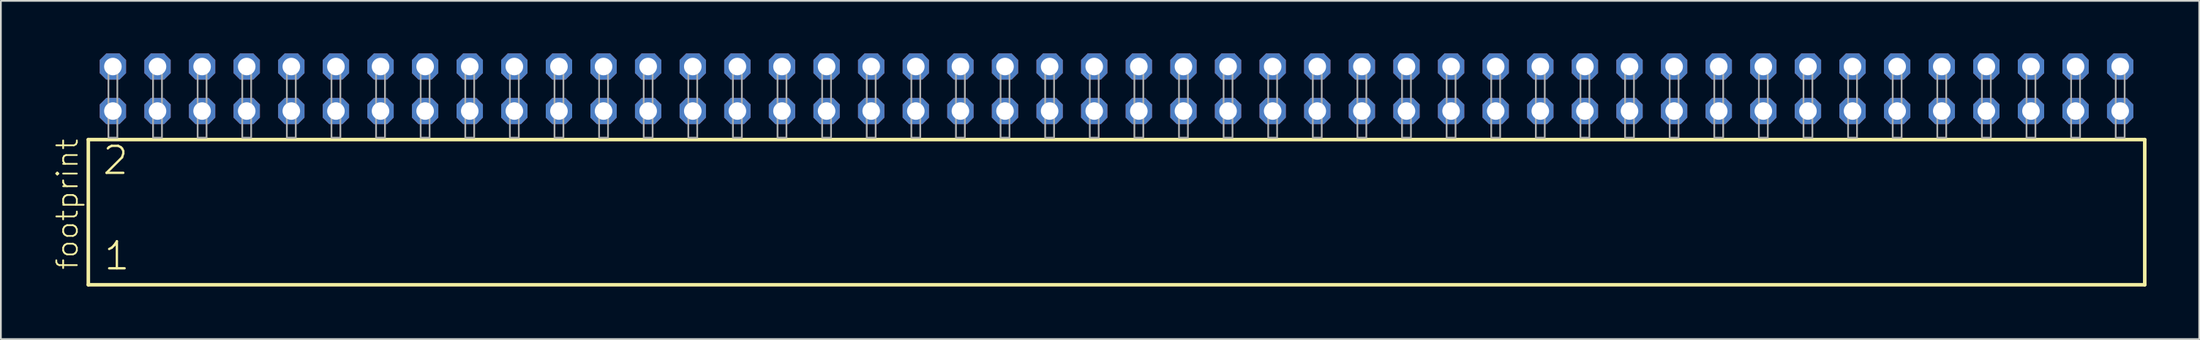
<source format=kicad_pcb>
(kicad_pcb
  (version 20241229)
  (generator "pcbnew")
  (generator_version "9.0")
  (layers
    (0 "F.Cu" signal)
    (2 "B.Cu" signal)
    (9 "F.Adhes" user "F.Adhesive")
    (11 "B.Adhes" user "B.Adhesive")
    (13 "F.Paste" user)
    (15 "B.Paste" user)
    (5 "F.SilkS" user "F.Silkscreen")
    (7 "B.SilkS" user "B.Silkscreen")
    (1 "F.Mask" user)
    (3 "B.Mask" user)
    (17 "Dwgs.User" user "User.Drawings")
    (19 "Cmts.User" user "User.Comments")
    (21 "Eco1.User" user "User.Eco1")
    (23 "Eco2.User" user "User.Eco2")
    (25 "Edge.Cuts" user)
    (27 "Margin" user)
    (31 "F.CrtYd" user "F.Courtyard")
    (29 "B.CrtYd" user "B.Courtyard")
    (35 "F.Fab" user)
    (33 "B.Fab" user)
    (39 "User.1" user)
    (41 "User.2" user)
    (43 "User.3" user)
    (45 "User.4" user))
  (footprint "footprint"
    (layer "F.Cu")
    (at 60.528 4.814)
    (property "Reference" "footprint" (at -59.055 7.62 90) (layer "F.SilkS") (effects (font (size 1.168 1.168) (thickness 0.102)) (justify left bottom)))
    (fp_line (start -58.549 0.106) (end -58.549 8.396) (stroke (width 0.203) (type solid)) (layer "F.SilkS"))
    (fp_line (start -58.549 8.396) (end 58.549 8.396) (stroke (width 0.203) (type solid)) (layer "F.SilkS"))
    (fp_line (start 58.549 0.106) (end -58.549 0.106) (stroke (width 0.203) (type solid)) (layer "F.SilkS"))
    (fp_line (start 58.549 8.396) (end 58.549 0.106) (stroke (width 0.203) (type solid)) (layer "F.SilkS"))
    (fp_poly (pts (xy -57.404 0) (xy -56.896 0) (xy -56.896 -4.318) (xy -57.404 -4.318)) (stroke (width 0.1) (type solid)) (fill no) (layer "F.Fab"))
    (fp_poly (pts (xy -54.864 0) (xy -54.356 0) (xy -54.356 -4.318) (xy -54.864 -4.318)) (stroke (width 0.1) (type solid)) (fill no) (layer "F.Fab"))
    (fp_poly (pts (xy -52.324 0) (xy -51.816 0) (xy -51.816 -4.318) (xy -52.324 -4.318)) (stroke (width 0.1) (type solid)) (fill no) (layer "F.Fab"))
    (fp_poly (pts (xy -49.784 0) (xy -49.276 0) (xy -49.276 -4.318) (xy -49.784 -4.318)) (stroke (width 0.1) (type solid)) (fill no) (layer "F.Fab"))
    (fp_poly (pts (xy -47.244 0) (xy -46.736 0) (xy -46.736 -4.318) (xy -47.244 -4.318)) (stroke (width 0.1) (type solid)) (fill no) (layer "F.Fab"))
    (fp_poly (pts (xy -44.704 0) (xy -44.196 0) (xy -44.196 -4.318) (xy -44.704 -4.318)) (stroke (width 0.1) (type solid)) (fill no) (layer "F.Fab"))
    (fp_poly (pts (xy -42.164 0) (xy -41.656 0) (xy -41.656 -4.318) (xy -42.164 -4.318)) (stroke (width 0.1) (type solid)) (fill no) (layer "F.Fab"))
    (fp_poly (pts (xy -39.624 0) (xy -39.116 0) (xy -39.116 -4.318) (xy -39.624 -4.318)) (stroke (width 0.1) (type solid)) (fill no) (layer "F.Fab"))
    (fp_poly (pts (xy -37.084 0) (xy -36.576 0) (xy -36.576 -4.318) (xy -37.084 -4.318)) (stroke (width 0.1) (type solid)) (fill no) (layer "F.Fab"))
    (fp_poly (pts (xy -34.544 0) (xy -34.036 0) (xy -34.036 -4.318) (xy -34.544 -4.318)) (stroke (width 0.1) (type solid)) (fill no) (layer "F.Fab"))
    (fp_poly (pts (xy -32.004 0) (xy -31.496 0) (xy -31.496 -4.318) (xy -32.004 -4.318)) (stroke (width 0.1) (type solid)) (fill no) (layer "F.Fab"))
    (fp_poly (pts (xy -29.464 0) (xy -28.956 0) (xy -28.956 -4.318) (xy -29.464 -4.318)) (stroke (width 0.1) (type solid)) (fill no) (layer "F.Fab"))
    (fp_poly (pts (xy -26.924 0) (xy -26.416 0) (xy -26.416 -4.318) (xy -26.924 -4.318)) (stroke (width 0.1) (type solid)) (fill no) (layer "F.Fab"))
    (fp_poly (pts (xy -24.384 0) (xy -23.876 0) (xy -23.876 -4.318) (xy -24.384 -4.318)) (stroke (width 0.1) (type solid)) (fill no) (layer "F.Fab"))
    (fp_poly (pts (xy -21.844 0) (xy -21.336 0) (xy -21.336 -4.318) (xy -21.844 -4.318)) (stroke (width 0.1) (type solid)) (fill no) (layer "F.Fab"))
    (fp_poly (pts (xy -19.304 0) (xy -18.796 0) (xy -18.796 -4.318) (xy -19.304 -4.318)) (stroke (width 0.1) (type solid)) (fill no) (layer "F.Fab"))
    (fp_poly (pts (xy -16.764 0) (xy -16.256 0) (xy -16.256 -4.318) (xy -16.764 -4.318)) (stroke (width 0.1) (type solid)) (fill no) (layer "F.Fab"))
    (fp_poly (pts (xy -14.224 0) (xy -13.716 0) (xy -13.716 -4.318) (xy -14.224 -4.318)) (stroke (width 0.1) (type solid)) (fill no) (layer "F.Fab"))
    (fp_poly (pts (xy -11.684 0) (xy -11.176 0) (xy -11.176 -4.318) (xy -11.684 -4.318)) (stroke (width 0.1) (type solid)) (fill no) (layer "F.Fab"))
    (fp_poly (pts (xy -9.144 0) (xy -8.636 0) (xy -8.636 -4.318) (xy -9.144 -4.318)) (stroke (width 0.1) (type solid)) (fill no) (layer "F.Fab"))
    (fp_poly (pts (xy -6.604 0) (xy -6.096 0) (xy -6.096 -4.318) (xy -6.604 -4.318)) (stroke (width 0.1) (type solid)) (fill no) (layer "F.Fab"))
    (fp_poly (pts (xy -4.064 0) (xy -3.556 0) (xy -3.556 -4.318) (xy -4.064 -4.318)) (stroke (width 0.1) (type solid)) (fill no) (layer "F.Fab"))
    (fp_poly (pts (xy -1.524 0) (xy -1.016 0) (xy -1.016 -4.318) (xy -1.524 -4.318)) (stroke (width 0.1) (type solid)) (fill no) (layer "F.Fab"))
    (fp_poly (pts (xy 1.016 0) (xy 1.524 0) (xy 1.524 -4.318) (xy 1.016 -4.318)) (stroke (width 0.1) (type solid)) (fill no) (layer "F.Fab"))
    (fp_poly (pts (xy 3.556 0) (xy 4.064 0) (xy 4.064 -4.318) (xy 3.556 -4.318)) (stroke (width 0.1) (type solid)) (fill no) (layer "F.Fab"))
    (fp_poly (pts (xy 6.096 0) (xy 6.604 0) (xy 6.604 -4.318) (xy 6.096 -4.318)) (stroke (width 0.1) (type solid)) (fill no) (layer "F.Fab"))
    (fp_poly (pts (xy 8.636 0) (xy 9.144 0) (xy 9.144 -4.318) (xy 8.636 -4.318)) (stroke (width 0.1) (type solid)) (fill no) (layer "F.Fab"))
    (fp_poly (pts (xy 11.176 0) (xy 11.684 0) (xy 11.684 -4.318) (xy 11.176 -4.318)) (stroke (width 0.1) (type solid)) (fill no) (layer "F.Fab"))
    (fp_poly (pts (xy 13.716 0) (xy 14.224 0) (xy 14.224 -4.318) (xy 13.716 -4.318)) (stroke (width 0.1) (type solid)) (fill no) (layer "F.Fab"))
    (fp_poly (pts (xy 16.256 0) (xy 16.764 0) (xy 16.764 -4.318) (xy 16.256 -4.318)) (stroke (width 0.1) (type solid)) (fill no) (layer "F.Fab"))
    (fp_poly (pts (xy 18.796 0) (xy 19.304 0) (xy 19.304 -4.318) (xy 18.796 -4.318)) (stroke (width 0.1) (type solid)) (fill no) (layer "F.Fab"))
    (fp_poly (pts (xy 21.336 0) (xy 21.844 0) (xy 21.844 -4.318) (xy 21.336 -4.318)) (stroke (width 0.1) (type solid)) (fill no) (layer "F.Fab"))
    (fp_poly (pts (xy 23.876 0) (xy 24.384 0) (xy 24.384 -4.318) (xy 23.876 -4.318)) (stroke (width 0.1) (type solid)) (fill no) (layer "F.Fab"))
    (fp_poly (pts (xy 26.416 0) (xy 26.924 0) (xy 26.924 -4.318) (xy 26.416 -4.318)) (stroke (width 0.1) (type solid)) (fill no) (layer "F.Fab"))
    (fp_poly (pts (xy 28.956 0) (xy 29.464 0) (xy 29.464 -4.318) (xy 28.956 -4.318)) (stroke (width 0.1) (type solid)) (fill no) (layer "F.Fab"))
    (fp_poly (pts (xy 31.496 0) (xy 32.004 0) (xy 32.004 -4.318) (xy 31.496 -4.318)) (stroke (width 0.1) (type solid)) (fill no) (layer "F.Fab"))
    (fp_poly (pts (xy 34.036 0) (xy 34.544 0) (xy 34.544 -4.318) (xy 34.036 -4.318)) (stroke (width 0.1) (type solid)) (fill no) (layer "F.Fab"))
    (fp_poly (pts (xy 36.576 0) (xy 37.084 0) (xy 37.084 -4.318) (xy 36.576 -4.318)) (stroke (width 0.1) (type solid)) (fill no) (layer "F.Fab"))
    (fp_poly (pts (xy 39.116 0) (xy 39.624 0) (xy 39.624 -4.318) (xy 39.116 -4.318)) (stroke (width 0.1) (type solid)) (fill no) (layer "F.Fab"))
    (fp_poly (pts (xy 41.656 0) (xy 42.164 0) (xy 42.164 -4.318) (xy 41.656 -4.318)) (stroke (width 0.1) (type solid)) (fill no) (layer "F.Fab"))
    (fp_poly (pts (xy 44.196 0) (xy 44.704 0) (xy 44.704 -4.318) (xy 44.196 -4.318)) (stroke (width 0.1) (type solid)) (fill no) (layer "F.Fab"))
    (fp_poly (pts (xy 46.736 0) (xy 47.244 0) (xy 47.244 -4.318) (xy 46.736 -4.318)) (stroke (width 0.1) (type solid)) (fill no) (layer "F.Fab"))
    (fp_poly (pts (xy 49.276 0) (xy 49.784 0) (xy 49.784 -4.318) (xy 49.276 -4.318)) (stroke (width 0.1) (type solid)) (fill no) (layer "F.Fab"))
    (fp_poly (pts (xy 51.816 0) (xy 52.324 0) (xy 52.324 -4.318) (xy 51.816 -4.318)) (stroke (width 0.1) (type solid)) (fill no) (layer "F.Fab"))
    (fp_poly (pts (xy 54.356 0) (xy 54.864 0) (xy 54.864 -4.318) (xy 54.356 -4.318)) (stroke (width 0.1) (type solid)) (fill no) (layer "F.Fab"))
    (fp_poly (pts (xy 56.896 0) (xy 57.404 0) (xy 57.404 -4.318) (xy 56.896 -4.318)) (stroke (width 0.1) (type solid)) (fill no) (layer "F.Fab"))
    (fp_text user "1" (at -57.745 7.65 0) (layer "F.SilkS") (effects (font (size 1.542 1.542) (thickness 0.134)) (justify left bottom)))
    (fp_text user "2" (at -57.82 2.2 0) (layer "F.SilkS") (effects (font (size 1.542 1.542) (thickness 0.134)) (justify left bottom)))
    (pad "1" thru_hole roundrect (at -57.15 -1.524) (size 1.5 1.5) (drill 1) (layers "*.Cu" "*.Mask") (roundrect_rratio 0.25) (chamfer_ratio 0.25) (chamfer top_left top_right bottom_left bottom_right))
    (pad "2" thru_hole roundrect (at -57.15 -4.064) (size 1.5 1.5) (drill 1) (layers "*.Cu" "*.Mask") (roundrect_rratio 0.25) (chamfer_ratio 0.25) (chamfer top_left top_right bottom_left bottom_right))
    (pad "3" thru_hole roundrect (at -54.61 -1.524) (size 1.5 1.5) (drill 1) (layers "*.Cu" "*.Mask") (roundrect_rratio 0.25) (chamfer_ratio 0.25) (chamfer top_left top_right bottom_left bottom_right))
    (pad "4" thru_hole roundrect (at -54.61 -4.064) (size 1.5 1.5) (drill 1) (layers "*.Cu" "*.Mask") (roundrect_rratio 0.25) (chamfer_ratio 0.25) (chamfer top_left top_right bottom_left bottom_right))
    (pad "5" thru_hole roundrect (at -52.07 -1.524) (size 1.5 1.5) (drill 1) (layers "*.Cu" "*.Mask") (roundrect_rratio 0.25) (chamfer_ratio 0.25) (chamfer top_left top_right bottom_left bottom_right))
    (pad "6" thru_hole roundrect (at -52.07 -4.064) (size 1.5 1.5) (drill 1) (layers "*.Cu" "*.Mask") (roundrect_rratio 0.25) (chamfer_ratio 0.25) (chamfer top_left top_right bottom_left bottom_right))
    (pad "7" thru_hole roundrect (at -49.53 -1.524) (size 1.5 1.5) (drill 1) (layers "*.Cu" "*.Mask") (roundrect_rratio 0.25) (chamfer_ratio 0.25) (chamfer top_left top_right bottom_left bottom_right))
    (pad "8" thru_hole roundrect (at -49.53 -4.064) (size 1.5 1.5) (drill 1) (layers "*.Cu" "*.Mask") (roundrect_rratio 0.25) (chamfer_ratio 0.25) (chamfer top_left top_right bottom_left bottom_right))
    (pad "9" thru_hole roundrect (at -46.99 -1.524) (size 1.5 1.5) (drill 1) (layers "*.Cu" "*.Mask") (roundrect_rratio 0.25) (chamfer_ratio 0.25) (chamfer top_left top_right bottom_left bottom_right))
    (pad "10" thru_hole roundrect (at -46.99 -4.064) (size 1.5 1.5) (drill 1) (layers "*.Cu" "*.Mask") (roundrect_rratio 0.25) (chamfer_ratio 0.25) (chamfer top_left top_right bottom_left bottom_right))
    (pad "11" thru_hole roundrect (at -44.45 -1.524) (size 1.5 1.5) (drill 1) (layers "*.Cu" "*.Mask") (roundrect_rratio 0.25) (chamfer_ratio 0.25) (chamfer top_left top_right bottom_left bottom_right))
    (pad "12" thru_hole roundrect (at -44.45 -4.064) (size 1.5 1.5) (drill 1) (layers "*.Cu" "*.Mask") (roundrect_rratio 0.25) (chamfer_ratio 0.25) (chamfer top_left top_right bottom_left bottom_right))
    (pad "13" thru_hole roundrect (at -41.91 -1.524) (size 1.5 1.5) (drill 1) (layers "*.Cu" "*.Mask") (roundrect_rratio 0.25) (chamfer_ratio 0.25) (chamfer top_left top_right bottom_left bottom_right))
    (pad "14" thru_hole roundrect (at -41.91 -4.064) (size 1.5 1.5) (drill 1) (layers "*.Cu" "*.Mask") (roundrect_rratio 0.25) (chamfer_ratio 0.25) (chamfer top_left top_right bottom_left bottom_right))
    (pad "15" thru_hole roundrect (at -39.37 -1.524) (size 1.5 1.5) (drill 1) (layers "*.Cu" "*.Mask") (roundrect_rratio 0.25) (chamfer_ratio 0.25) (chamfer top_left top_right bottom_left bottom_right))
    (pad "16" thru_hole roundrect (at -39.37 -4.064) (size 1.5 1.5) (drill 1) (layers "*.Cu" "*.Mask") (roundrect_rratio 0.25) (chamfer_ratio 0.25) (chamfer top_left top_right bottom_left bottom_right))
    (pad "17" thru_hole roundrect (at -36.83 -1.524) (size 1.5 1.5) (drill 1) (layers "*.Cu" "*.Mask") (roundrect_rratio 0.25) (chamfer_ratio 0.25) (chamfer top_left top_right bottom_left bottom_right))
    (pad "18" thru_hole roundrect (at -36.83 -4.064) (size 1.5 1.5) (drill 1) (layers "*.Cu" "*.Mask") (roundrect_rratio 0.25) (chamfer_ratio 0.25) (chamfer top_left top_right bottom_left bottom_right))
    (pad "19" thru_hole roundrect (at -34.29 -1.524) (size 1.5 1.5) (drill 1) (layers "*.Cu" "*.Mask") (roundrect_rratio 0.25) (chamfer_ratio 0.25) (chamfer top_left top_right bottom_left bottom_right))
    (pad "20" thru_hole roundrect (at -34.29 -4.064) (size 1.5 1.5) (drill 1) (layers "*.Cu" "*.Mask") (roundrect_rratio 0.25) (chamfer_ratio 0.25) (chamfer top_left top_right bottom_left bottom_right))
    (pad "21" thru_hole roundrect (at -31.75 -1.524) (size 1.5 1.5) (drill 1) (layers "*.Cu" "*.Mask") (roundrect_rratio 0.25) (chamfer_ratio 0.25) (chamfer top_left top_right bottom_left bottom_right))
    (pad "22" thru_hole roundrect (at -31.75 -4.064) (size 1.5 1.5) (drill 1) (layers "*.Cu" "*.Mask") (roundrect_rratio 0.25) (chamfer_ratio 0.25) (chamfer top_left top_right bottom_left bottom_right))
    (pad "23" thru_hole roundrect (at -29.21 -1.524) (size 1.5 1.5) (drill 1) (layers "*.Cu" "*.Mask") (roundrect_rratio 0.25) (chamfer_ratio 0.25) (chamfer top_left top_right bottom_left bottom_right))
    (pad "24" thru_hole roundrect (at -29.21 -4.064) (size 1.5 1.5) (drill 1) (layers "*.Cu" "*.Mask") (roundrect_rratio 0.25) (chamfer_ratio 0.25) (chamfer top_left top_right bottom_left bottom_right))
    (pad "25" thru_hole roundrect (at -26.67 -1.524) (size 1.5 1.5) (drill 1) (layers "*.Cu" "*.Mask") (roundrect_rratio 0.25) (chamfer_ratio 0.25) (chamfer top_left top_right bottom_left bottom_right))
    (pad "26" thru_hole roundrect (at -26.67 -4.064) (size 1.5 1.5) (drill 1) (layers "*.Cu" "*.Mask") (roundrect_rratio 0.25) (chamfer_ratio 0.25) (chamfer top_left top_right bottom_left bottom_right))
    (pad "27" thru_hole roundrect (at -24.13 -1.524) (size 1.5 1.5) (drill 1) (layers "*.Cu" "*.Mask") (roundrect_rratio 0.25) (chamfer_ratio 0.25) (chamfer top_left top_right bottom_left bottom_right))
    (pad "28" thru_hole roundrect (at -24.13 -4.064) (size 1.5 1.5) (drill 1) (layers "*.Cu" "*.Mask") (roundrect_rratio 0.25) (chamfer_ratio 0.25) (chamfer top_left top_right bottom_left bottom_right))
    (pad "29" thru_hole roundrect (at -21.59 -1.524) (size 1.5 1.5) (drill 1) (layers "*.Cu" "*.Mask") (roundrect_rratio 0.25) (chamfer_ratio 0.25) (chamfer top_left top_right bottom_left bottom_right))
    (pad "30" thru_hole roundrect (at -21.59 -4.064) (size 1.5 1.5) (drill 1) (layers "*.Cu" "*.Mask") (roundrect_rratio 0.25) (chamfer_ratio 0.25) (chamfer top_left top_right bottom_left bottom_right))
    (pad "31" thru_hole roundrect (at -19.05 -1.524) (size 1.5 1.5) (drill 1) (layers "*.Cu" "*.Mask") (roundrect_rratio 0.25) (chamfer_ratio 0.25) (chamfer top_left top_right bottom_left bottom_right))
    (pad "32" thru_hole roundrect (at -19.05 -4.064) (size 1.5 1.5) (drill 1) (layers "*.Cu" "*.Mask") (roundrect_rratio 0.25) (chamfer_ratio 0.25) (chamfer top_left top_right bottom_left bottom_right))
    (pad "33" thru_hole roundrect (at -16.51 -1.524) (size 1.5 1.5) (drill 1) (layers "*.Cu" "*.Mask") (roundrect_rratio 0.25) (chamfer_ratio 0.25) (chamfer top_left top_right bottom_left bottom_right))
    (pad "34" thru_hole roundrect (at -16.51 -4.064) (size 1.5 1.5) (drill 1) (layers "*.Cu" "*.Mask") (roundrect_rratio 0.25) (chamfer_ratio 0.25) (chamfer top_left top_right bottom_left bottom_right))
    (pad "35" thru_hole roundrect (at -13.97 -1.524) (size 1.5 1.5) (drill 1) (layers "*.Cu" "*.Mask") (roundrect_rratio 0.25) (chamfer_ratio 0.25) (chamfer top_left top_right bottom_left bottom_right))
    (pad "36" thru_hole roundrect (at -13.97 -4.064) (size 1.5 1.5) (drill 1) (layers "*.Cu" "*.Mask") (roundrect_rratio 0.25) (chamfer_ratio 0.25) (chamfer top_left top_right bottom_left bottom_right))
    (pad "37" thru_hole roundrect (at -11.43 -1.524) (size 1.5 1.5) (drill 1) (layers "*.Cu" "*.Mask") (roundrect_rratio 0.25) (chamfer_ratio 0.25) (chamfer top_left top_right bottom_left bottom_right))
    (pad "38" thru_hole roundrect (at -11.43 -4.064) (size 1.5 1.5) (drill 1) (layers "*.Cu" "*.Mask") (roundrect_rratio 0.25) (chamfer_ratio 0.25) (chamfer top_left top_right bottom_left bottom_right))
    (pad "39" thru_hole roundrect (at -8.89 -1.524) (size 1.5 1.5) (drill 1) (layers "*.Cu" "*.Mask") (roundrect_rratio 0.25) (chamfer_ratio 0.25) (chamfer top_left top_right bottom_left bottom_right))
    (pad "40" thru_hole roundrect (at -8.89 -4.064) (size 1.5 1.5) (drill 1) (layers "*.Cu" "*.Mask") (roundrect_rratio 0.25) (chamfer_ratio 0.25) (chamfer top_left top_right bottom_left bottom_right))
    (pad "41" thru_hole roundrect (at -6.35 -1.524) (size 1.5 1.5) (drill 1) (layers "*.Cu" "*.Mask") (roundrect_rratio 0.25) (chamfer_ratio 0.25) (chamfer top_left top_right bottom_left bottom_right))
    (pad "42" thru_hole roundrect (at -6.35 -4.064) (size 1.5 1.5) (drill 1) (layers "*.Cu" "*.Mask") (roundrect_rratio 0.25) (chamfer_ratio 0.25) (chamfer top_left top_right bottom_left bottom_right))
    (pad "43" thru_hole roundrect (at -3.81 -1.524) (size 1.5 1.5) (drill 1) (layers "*.Cu" "*.Mask") (roundrect_rratio 0.25) (chamfer_ratio 0.25) (chamfer top_left top_right bottom_left bottom_right))
    (pad "44" thru_hole roundrect (at -3.81 -4.064) (size 1.5 1.5) (drill 1) (layers "*.Cu" "*.Mask") (roundrect_rratio 0.25) (chamfer_ratio 0.25) (chamfer top_left top_right bottom_left bottom_right))
    (pad "45" thru_hole roundrect (at -1.27 -1.524) (size 1.5 1.5) (drill 1) (layers "*.Cu" "*.Mask") (roundrect_rratio 0.25) (chamfer_ratio 0.25) (chamfer top_left top_right bottom_left bottom_right))
    (pad "46" thru_hole roundrect (at -1.27 -4.064) (size 1.5 1.5) (drill 1) (layers "*.Cu" "*.Mask") (roundrect_rratio 0.25) (chamfer_ratio 0.25) (chamfer top_left top_right bottom_left bottom_right))
    (pad "47" thru_hole roundrect (at 1.27 -1.524) (size 1.5 1.5) (drill 1) (layers "*.Cu" "*.Mask") (roundrect_rratio 0.25) (chamfer_ratio 0.25) (chamfer top_left top_right bottom_left bottom_right))
    (pad "48" thru_hole roundrect (at 1.27 -4.064) (size 1.5 1.5) (drill 1) (layers "*.Cu" "*.Mask") (roundrect_rratio 0.25) (chamfer_ratio 0.25) (chamfer top_left top_right bottom_left bottom_right))
    (pad "49" thru_hole roundrect (at 3.81 -1.524) (size 1.5 1.5) (drill 1) (layers "*.Cu" "*.Mask") (roundrect_rratio 0.25) (chamfer_ratio 0.25) (chamfer top_left top_right bottom_left bottom_right))
    (pad "50" thru_hole roundrect (at 3.81 -4.064) (size 1.5 1.5) (drill 1) (layers "*.Cu" "*.Mask") (roundrect_rratio 0.25) (chamfer_ratio 0.25) (chamfer top_left top_right bottom_left bottom_right))
    (pad "51" thru_hole roundrect (at 6.35 -1.524) (size 1.5 1.5) (drill 1) (layers "*.Cu" "*.Mask") (roundrect_rratio 0.25) (chamfer_ratio 0.25) (chamfer top_left top_right bottom_left bottom_right))
    (pad "52" thru_hole roundrect (at 6.35 -4.064) (size 1.5 1.5) (drill 1) (layers "*.Cu" "*.Mask") (roundrect_rratio 0.25) (chamfer_ratio 0.25) (chamfer top_left top_right bottom_left bottom_right))
    (pad "53" thru_hole roundrect (at 8.89 -1.524) (size 1.5 1.5) (drill 1) (layers "*.Cu" "*.Mask") (roundrect_rratio 0.25) (chamfer_ratio 0.25) (chamfer top_left top_right bottom_left bottom_right))
    (pad "54" thru_hole roundrect (at 8.89 -4.064) (size 1.5 1.5) (drill 1) (layers "*.Cu" "*.Mask") (roundrect_rratio 0.25) (chamfer_ratio 0.25) (chamfer top_left top_right bottom_left bottom_right))
    (pad "55" thru_hole roundrect (at 11.43 -1.524) (size 1.5 1.5) (drill 1) (layers "*.Cu" "*.Mask") (roundrect_rratio 0.25) (chamfer_ratio 0.25) (chamfer top_left top_right bottom_left bottom_right))
    (pad "56" thru_hole roundrect (at 11.43 -4.064) (size 1.5 1.5) (drill 1) (layers "*.Cu" "*.Mask") (roundrect_rratio 0.25) (chamfer_ratio 0.25) (chamfer top_left top_right bottom_left bottom_right))
    (pad "57" thru_hole roundrect (at 13.97 -1.524) (size 1.5 1.5) (drill 1) (layers "*.Cu" "*.Mask") (roundrect_rratio 0.25) (chamfer_ratio 0.25) (chamfer top_left top_right bottom_left bottom_right))
    (pad "58" thru_hole roundrect (at 13.97 -4.064) (size 1.5 1.5) (drill 1) (layers "*.Cu" "*.Mask") (roundrect_rratio 0.25) (chamfer_ratio 0.25) (chamfer top_left top_right bottom_left bottom_right))
    (pad "59" thru_hole roundrect (at 16.51 -1.524) (size 1.5 1.5) (drill 1) (layers "*.Cu" "*.Mask") (roundrect_rratio 0.25) (chamfer_ratio 0.25) (chamfer top_left top_right bottom_left bottom_right))
    (pad "60" thru_hole roundrect (at 16.51 -4.064) (size 1.5 1.5) (drill 1) (layers "*.Cu" "*.Mask") (roundrect_rratio 0.25) (chamfer_ratio 0.25) (chamfer top_left top_right bottom_left bottom_right))
    (pad "61" thru_hole roundrect (at 19.05 -1.524) (size 1.5 1.5) (drill 1) (layers "*.Cu" "*.Mask") (roundrect_rratio 0.25) (chamfer_ratio 0.25) (chamfer top_left top_right bottom_left bottom_right))
    (pad "62" thru_hole roundrect (at 19.05 -4.064) (size 1.5 1.5) (drill 1) (layers "*.Cu" "*.Mask") (roundrect_rratio 0.25) (chamfer_ratio 0.25) (chamfer top_left top_right bottom_left bottom_right))
    (pad "63" thru_hole roundrect (at 21.59 -1.524) (size 1.5 1.5) (drill 1) (layers "*.Cu" "*.Mask") (roundrect_rratio 0.25) (chamfer_ratio 0.25) (chamfer top_left top_right bottom_left bottom_right))
    (pad "64" thru_hole roundrect (at 21.59 -4.064) (size 1.5 1.5) (drill 1) (layers "*.Cu" "*.Mask") (roundrect_rratio 0.25) (chamfer_ratio 0.25) (chamfer top_left top_right bottom_left bottom_right))
    (pad "65" thru_hole roundrect (at 24.13 -1.524) (size 1.5 1.5) (drill 1) (layers "*.Cu" "*.Mask") (roundrect_rratio 0.25) (chamfer_ratio 0.25) (chamfer top_left top_right bottom_left bottom_right))
    (pad "66" thru_hole roundrect (at 24.13 -4.064) (size 1.5 1.5) (drill 1) (layers "*.Cu" "*.Mask") (roundrect_rratio 0.25) (chamfer_ratio 0.25) (chamfer top_left top_right bottom_left bottom_right))
    (pad "67" thru_hole roundrect (at 26.67 -1.524) (size 1.5 1.5) (drill 1) (layers "*.Cu" "*.Mask") (roundrect_rratio 0.25) (chamfer_ratio 0.25) (chamfer top_left top_right bottom_left bottom_right))
    (pad "68" thru_hole roundrect (at 26.67 -4.064) (size 1.5 1.5) (drill 1) (layers "*.Cu" "*.Mask") (roundrect_rratio 0.25) (chamfer_ratio 0.25) (chamfer top_left top_right bottom_left bottom_right))
    (pad "69" thru_hole roundrect (at 29.21 -1.524) (size 1.5 1.5) (drill 1) (layers "*.Cu" "*.Mask") (roundrect_rratio 0.25) (chamfer_ratio 0.25) (chamfer top_left top_right bottom_left bottom_right))
    (pad "70" thru_hole roundrect (at 29.21 -4.064) (size 1.5 1.5) (drill 1) (layers "*.Cu" "*.Mask") (roundrect_rratio 0.25) (chamfer_ratio 0.25) (chamfer top_left top_right bottom_left bottom_right))
    (pad "71" thru_hole roundrect (at 31.75 -1.524) (size 1.5 1.5) (drill 1) (layers "*.Cu" "*.Mask") (roundrect_rratio 0.25) (chamfer_ratio 0.25) (chamfer top_left top_right bottom_left bottom_right))
    (pad "72" thru_hole roundrect (at 31.75 -4.064) (size 1.5 1.5) (drill 1) (layers "*.Cu" "*.Mask") (roundrect_rratio 0.25) (chamfer_ratio 0.25) (chamfer top_left top_right bottom_left bottom_right))
    (pad "73" thru_hole roundrect (at 34.29 -1.524) (size 1.5 1.5) (drill 1) (layers "*.Cu" "*.Mask") (roundrect_rratio 0.25) (chamfer_ratio 0.25) (chamfer top_left top_right bottom_left bottom_right))
    (pad "74" thru_hole roundrect (at 34.29 -4.064) (size 1.5 1.5) (drill 1) (layers "*.Cu" "*.Mask") (roundrect_rratio 0.25) (chamfer_ratio 0.25) (chamfer top_left top_right bottom_left bottom_right))
    (pad "75" thru_hole roundrect (at 36.83 -1.524) (size 1.5 1.5) (drill 1) (layers "*.Cu" "*.Mask") (roundrect_rratio 0.25) (chamfer_ratio 0.25) (chamfer top_left top_right bottom_left bottom_right))
    (pad "76" thru_hole roundrect (at 36.83 -4.064) (size 1.5 1.5) (drill 1) (layers "*.Cu" "*.Mask") (roundrect_rratio 0.25) (chamfer_ratio 0.25) (chamfer top_left top_right bottom_left bottom_right))
    (pad "77" thru_hole roundrect (at 39.37 -1.524) (size 1.5 1.5) (drill 1) (layers "*.Cu" "*.Mask") (roundrect_rratio 0.25) (chamfer_ratio 0.25) (chamfer top_left top_right bottom_left bottom_right))
    (pad "78" thru_hole roundrect (at 39.37 -4.064) (size 1.5 1.5) (drill 1) (layers "*.Cu" "*.Mask") (roundrect_rratio 0.25) (chamfer_ratio 0.25) (chamfer top_left top_right bottom_left bottom_right))
    (pad "79" thru_hole roundrect (at 41.91 -1.524) (size 1.5 1.5) (drill 1) (layers "*.Cu" "*.Mask") (roundrect_rratio 0.25) (chamfer_ratio 0.25) (chamfer top_left top_right bottom_left bottom_right))
    (pad "80" thru_hole roundrect (at 41.91 -4.064) (size 1.5 1.5) (drill 1) (layers "*.Cu" "*.Mask") (roundrect_rratio 0.25) (chamfer_ratio 0.25) (chamfer top_left top_right bottom_left bottom_right))
    (pad "81" thru_hole roundrect (at 44.45 -1.524) (size 1.5 1.5) (drill 1) (layers "*.Cu" "*.Mask") (roundrect_rratio 0.25) (chamfer_ratio 0.25) (chamfer top_left top_right bottom_left bottom_right))
    (pad "82" thru_hole roundrect (at 44.45 -4.064) (size 1.5 1.5) (drill 1) (layers "*.Cu" "*.Mask") (roundrect_rratio 0.25) (chamfer_ratio 0.25) (chamfer top_left top_right bottom_left bottom_right))
    (pad "83" thru_hole roundrect (at 46.99 -1.524) (size 1.5 1.5) (drill 1) (layers "*.Cu" "*.Mask") (roundrect_rratio 0.25) (chamfer_ratio 0.25) (chamfer top_left top_right bottom_left bottom_right))
    (pad "84" thru_hole roundrect (at 46.99 -4.064) (size 1.5 1.5) (drill 1) (layers "*.Cu" "*.Mask") (roundrect_rratio 0.25) (chamfer_ratio 0.25) (chamfer top_left top_right bottom_left bottom_right))
    (pad "85" thru_hole roundrect (at 49.53 -1.524) (size 1.5 1.5) (drill 1) (layers "*.Cu" "*.Mask") (roundrect_rratio 0.25) (chamfer_ratio 0.25) (chamfer top_left top_right bottom_left bottom_right))
    (pad "86" thru_hole roundrect (at 49.53 -4.064) (size 1.5 1.5) (drill 1) (layers "*.Cu" "*.Mask") (roundrect_rratio 0.25) (chamfer_ratio 0.25) (chamfer top_left top_right bottom_left bottom_right))
    (pad "87" thru_hole roundrect (at 52.07 -1.524) (size 1.5 1.5) (drill 1) (layers "*.Cu" "*.Mask") (roundrect_rratio 0.25) (chamfer_ratio 0.25) (chamfer top_left top_right bottom_left bottom_right))
    (pad "88" thru_hole roundrect (at 52.07 -4.064) (size 1.5 1.5) (drill 1) (layers "*.Cu" "*.Mask") (roundrect_rratio 0.25) (chamfer_ratio 0.25) (chamfer top_left top_right bottom_left bottom_right))
    (pad "89" thru_hole roundrect (at 54.61 -1.524) (size 1.5 1.5) (drill 1) (layers "*.Cu" "*.Mask") (roundrect_rratio 0.25) (chamfer_ratio 0.25) (chamfer top_left top_right bottom_left bottom_right))
    (pad "90" thru_hole roundrect (at 54.61 -4.064) (size 1.5 1.5) (drill 1) (layers "*.Cu" "*.Mask") (roundrect_rratio 0.25) (chamfer_ratio 0.25) (chamfer top_left top_right bottom_left bottom_right))
    (pad "91" thru_hole roundrect (at 57.15 -1.524) (size 1.5 1.5) (drill 1) (layers "*.Cu" "*.Mask") (roundrect_rratio 0.25) (chamfer_ratio 0.25) (chamfer top_left top_right bottom_left bottom_right))
    (pad "92" thru_hole roundrect (at 57.15 -4.064) (size 1.5 1.5) (drill 1) (layers "*.Cu" "*.Mask") (roundrect_rratio 0.25) (chamfer_ratio 0.25) (chamfer top_left top_right bottom_left bottom_right)))
  (gr_rect
    (start -3 -3)
    (end 122.179 16.312)
    (stroke (width 0.1) (type default))
    (fill no)
    (layer "Edge.Cuts")))
</source>
